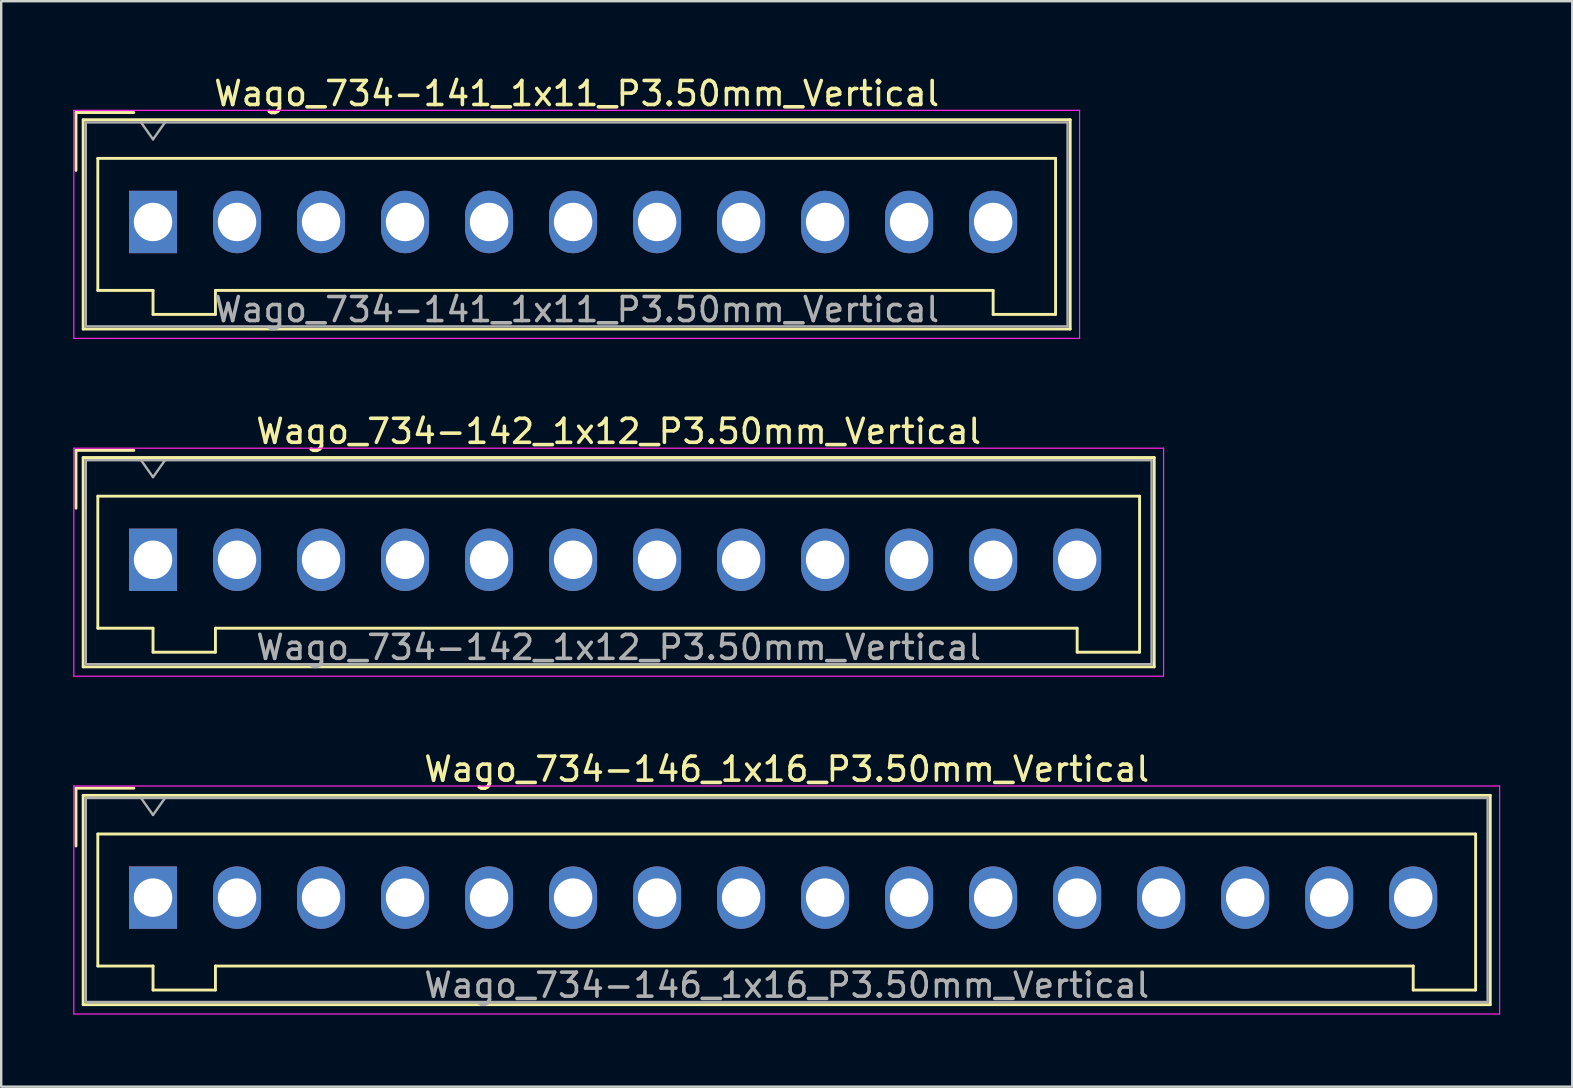
<source format=kicad_pcb>
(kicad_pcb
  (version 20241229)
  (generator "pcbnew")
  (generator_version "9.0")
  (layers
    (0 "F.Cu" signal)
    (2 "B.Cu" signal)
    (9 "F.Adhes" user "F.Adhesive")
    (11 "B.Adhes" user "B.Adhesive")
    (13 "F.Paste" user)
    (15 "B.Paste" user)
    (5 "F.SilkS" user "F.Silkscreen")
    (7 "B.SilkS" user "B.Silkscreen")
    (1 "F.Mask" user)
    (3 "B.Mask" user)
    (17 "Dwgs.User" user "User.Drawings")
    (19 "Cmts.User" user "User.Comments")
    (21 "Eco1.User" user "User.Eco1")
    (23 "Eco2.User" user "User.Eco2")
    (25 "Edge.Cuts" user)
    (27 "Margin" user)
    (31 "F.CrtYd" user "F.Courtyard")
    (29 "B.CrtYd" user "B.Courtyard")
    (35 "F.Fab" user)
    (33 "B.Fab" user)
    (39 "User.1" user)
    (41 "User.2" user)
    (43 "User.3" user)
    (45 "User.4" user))
  (footprint "Wago_734-142_1x12_P3.50mm_Vertical"
    (layer "F.Cu")
    (at 3.325 20.271)
    (property "Reference" "Wago_734-142_1x12_P3.50mm_Vertical" (at 19.4 -5.35 0) (layer "F.SilkS") (effects (font (size 1 1) (thickness 0.15))))
    (attr through_hole)
    (fp_line (start -3.21 -4.56) (end -0.8 -4.56) (stroke (width 0.12) (type solid)) (layer "F.SilkS"))
    (fp_line (start -3.21 -2.15) (end -3.21 -4.56) (stroke (width 0.12) (type solid)) (layer "F.SilkS"))
    (fp_line (start -2.91 -4.26) (end -2.91 4.46) (stroke (width 0.12) (type solid)) (layer "F.SilkS"))
    (fp_line (start -2.91 4.46) (end 41.71 4.46) (stroke (width 0.12) (type solid)) (layer "F.SilkS"))
    (fp_line (start -2.3 -2.65) (end -2.3 2.85) (stroke (width 0.12) (type solid)) (layer "F.SilkS"))
    (fp_line (start -2.3 2.85) (end 0 2.85) (stroke (width 0.12) (type solid)) (layer "F.SilkS"))
    (fp_line (start 0 2.85) (end 0 3.85) (stroke (width 0.12) (type solid)) (layer "F.SilkS"))
    (fp_line (start 0 3.85) (end 2.6 3.85) (stroke (width 0.12) (type solid)) (layer "F.SilkS"))
    (fp_line (start 2.6 2.85) (end 38.5 2.85) (stroke (width 0.12) (type solid)) (layer "F.SilkS"))
    (fp_line (start 2.6 3.85) (end 2.6 2.85) (stroke (width 0.12) (type solid)) (layer "F.SilkS"))
    (fp_line (start 38.5 2.85) (end 38.5 3.85) (stroke (width 0.12) (type solid)) (layer "F.SilkS"))
    (fp_line (start 38.5 3.85) (end 41.1 3.85) (stroke (width 0.12) (type solid)) (layer "F.SilkS"))
    (fp_line (start 41.1 -2.65) (end -2.3 -2.65) (stroke (width 0.12) (type solid)) (layer "F.SilkS"))
    (fp_line (start 41.1 3.85) (end 41.1 -2.65) (stroke (width 0.12) (type solid)) (layer "F.SilkS"))
    (fp_line (start 41.71 -4.26) (end -2.91 -4.26) (stroke (width 0.12) (type solid)) (layer "F.SilkS"))
    (fp_line (start 41.71 4.46) (end 41.71 -4.26) (stroke (width 0.12) (type solid)) (layer "F.SilkS"))
    (fp_line (start -3.3 -4.65) (end -3.3 4.85) (stroke (width 0.05) (type solid)) (layer "F.CrtYd"))
    (fp_line (start -3.3 4.85) (end 42.1 4.85) (stroke (width 0.05) (type solid)) (layer "F.CrtYd"))
    (fp_line (start 42.1 -4.65) (end -3.3 -4.65) (stroke (width 0.05) (type solid)) (layer "F.CrtYd"))
    (fp_line (start 42.1 4.85) (end 42.1 -4.65) (stroke (width 0.05) (type solid)) (layer "F.CrtYd"))
    (fp_line (start -2.8 -4.15) (end -2.8 4.35) (stroke (width 0.1) (type solid)) (layer "F.Fab"))
    (fp_line (start -2.8 4.35) (end 41.6 4.35) (stroke (width 0.1) (type solid)) (layer "F.Fab"))
    (fp_line (start -0.5 -4.15) (end 0 -3.443) (stroke (width 0.1) (type solid)) (layer "F.Fab"))
    (fp_line (start 0 -3.443) (end 0.5 -4.15) (stroke (width 0.1) (type solid)) (layer "F.Fab"))
    (fp_line (start 41.6 -4.15) (end -2.8 -4.15) (stroke (width 0.1) (type solid)) (layer "F.Fab"))
    (fp_line (start 41.6 4.35) (end 41.6 -4.15) (stroke (width 0.1) (type solid)) (layer "F.Fab"))
    (fp_text user "${REFERENCE}" (at 19.4 3.65 0) (layer "F.Fab") (effects (font (size 1 1) (thickness 0.15))))
    (pad "1" thru_hole rect (at 0 0) (size 2 2.6) (drill 1.6) (layers "*.Cu" "*.Mask"))
    (pad "2" thru_hole oval (at 3.5 0) (size 2 2.6) (drill 1.6) (layers "*.Cu" "*.Mask"))
    (pad "3" thru_hole oval (at 7 0) (size 2 2.6) (drill 1.6) (layers "*.Cu" "*.Mask"))
    (pad "4" thru_hole oval (at 10.5 0) (size 2 2.6) (drill 1.6) (layers "*.Cu" "*.Mask"))
    (pad "5" thru_hole oval (at 14 0) (size 2 2.6) (drill 1.6) (layers "*.Cu" "*.Mask"))
    (pad "6" thru_hole oval (at 17.5 0) (size 2 2.6) (drill 1.6) (layers "*.Cu" "*.Mask"))
    (pad "7" thru_hole oval (at 21 0) (size 2 2.6) (drill 1.6) (layers "*.Cu" "*.Mask"))
    (pad "8" thru_hole oval (at 24.5 0) (size 2 2.6) (drill 1.6) (layers "*.Cu" "*.Mask"))
    (pad "9" thru_hole oval (at 28 0) (size 2 2.6) (drill 1.6) (layers "*.Cu" "*.Mask"))
    (pad "10" thru_hole oval (at 31.5 0) (size 2 2.6) (drill 1.6) (layers "*.Cu" "*.Mask"))
    (pad "11" thru_hole oval (at 35 0) (size 2 2.6) (drill 1.6) (layers "*.Cu" "*.Mask"))
    (pad "12" thru_hole oval (at 38.5 0) (size 2 2.6) (drill 1.6) (layers "*.Cu" "*.Mask")))
  (footprint "Wago_734-146_1x16_P3.50mm_Vertical"
    (layer "F.Cu")
    (at 3.325 34.345)
    (property "Reference" "Wago_734-146_1x16_P3.50mm_Vertical" (at 26.4 -5.35 0) (layer "F.SilkS") (effects (font (size 1 1) (thickness 0.15))))
    (attr through_hole)
    (fp_line (start -3.21 -4.56) (end -0.8 -4.56) (stroke (width 0.12) (type solid)) (layer "F.SilkS"))
    (fp_line (start -3.21 -2.15) (end -3.21 -4.56) (stroke (width 0.12) (type solid)) (layer "F.SilkS"))
    (fp_line (start -2.91 -4.26) (end -2.91 4.46) (stroke (width 0.12) (type solid)) (layer "F.SilkS"))
    (fp_line (start -2.91 4.46) (end 55.71 4.46) (stroke (width 0.12) (type solid)) (layer "F.SilkS"))
    (fp_line (start -2.3 -2.65) (end -2.3 2.85) (stroke (width 0.12) (type solid)) (layer "F.SilkS"))
    (fp_line (start -2.3 2.85) (end 0 2.85) (stroke (width 0.12) (type solid)) (layer "F.SilkS"))
    (fp_line (start 0 2.85) (end 0 3.85) (stroke (width 0.12) (type solid)) (layer "F.SilkS"))
    (fp_line (start 0 3.85) (end 2.6 3.85) (stroke (width 0.12) (type solid)) (layer "F.SilkS"))
    (fp_line (start 2.6 2.85) (end 52.5 2.85) (stroke (width 0.12) (type solid)) (layer "F.SilkS"))
    (fp_line (start 2.6 3.85) (end 2.6 2.85) (stroke (width 0.12) (type solid)) (layer "F.SilkS"))
    (fp_line (start 52.5 2.85) (end 52.5 3.85) (stroke (width 0.12) (type solid)) (layer "F.SilkS"))
    (fp_line (start 52.5 3.85) (end 55.1 3.85) (stroke (width 0.12) (type solid)) (layer "F.SilkS"))
    (fp_line (start 55.1 -2.65) (end -2.3 -2.65) (stroke (width 0.12) (type solid)) (layer "F.SilkS"))
    (fp_line (start 55.1 3.85) (end 55.1 -2.65) (stroke (width 0.12) (type solid)) (layer "F.SilkS"))
    (fp_line (start 55.71 -4.26) (end -2.91 -4.26) (stroke (width 0.12) (type solid)) (layer "F.SilkS"))
    (fp_line (start 55.71 4.46) (end 55.71 -4.26) (stroke (width 0.12) (type solid)) (layer "F.SilkS"))
    (fp_line (start -3.3 -4.65) (end -3.3 4.85) (stroke (width 0.05) (type solid)) (layer "F.CrtYd"))
    (fp_line (start -3.3 4.85) (end 56.1 4.85) (stroke (width 0.05) (type solid)) (layer "F.CrtYd"))
    (fp_line (start 56.1 -4.65) (end -3.3 -4.65) (stroke (width 0.05) (type solid)) (layer "F.CrtYd"))
    (fp_line (start 56.1 4.85) (end 56.1 -4.65) (stroke (width 0.05) (type solid)) (layer "F.CrtYd"))
    (fp_line (start -2.8 -4.15) (end -2.8 4.35) (stroke (width 0.1) (type solid)) (layer "F.Fab"))
    (fp_line (start -2.8 4.35) (end 55.6 4.35) (stroke (width 0.1) (type solid)) (layer "F.Fab"))
    (fp_line (start -0.5 -4.15) (end 0 -3.443) (stroke (width 0.1) (type solid)) (layer "F.Fab"))
    (fp_line (start 0 -3.443) (end 0.5 -4.15) (stroke (width 0.1) (type solid)) (layer "F.Fab"))
    (fp_line (start 55.6 -4.15) (end -2.8 -4.15) (stroke (width 0.1) (type solid)) (layer "F.Fab"))
    (fp_line (start 55.6 4.35) (end 55.6 -4.15) (stroke (width 0.1) (type solid)) (layer "F.Fab"))
    (fp_text user "${REFERENCE}" (at 26.4 3.65 0) (layer "F.Fab") (effects (font (size 1 1) (thickness 0.15))))
    (pad "1" thru_hole rect (at 0 0) (size 2 2.6) (drill 1.6) (layers "*.Cu" "*.Mask"))
    (pad "2" thru_hole oval (at 3.5 0) (size 2 2.6) (drill 1.6) (layers "*.Cu" "*.Mask"))
    (pad "3" thru_hole oval (at 7 0) (size 2 2.6) (drill 1.6) (layers "*.Cu" "*.Mask"))
    (pad "4" thru_hole oval (at 10.5 0) (size 2 2.6) (drill 1.6) (layers "*.Cu" "*.Mask"))
    (pad "5" thru_hole oval (at 14 0) (size 2 2.6) (drill 1.6) (layers "*.Cu" "*.Mask"))
    (pad "6" thru_hole oval (at 17.5 0) (size 2 2.6) (drill 1.6) (layers "*.Cu" "*.Mask"))
    (pad "7" thru_hole oval (at 21 0) (size 2 2.6) (drill 1.6) (layers "*.Cu" "*.Mask"))
    (pad "8" thru_hole oval (at 24.5 0) (size 2 2.6) (drill 1.6) (layers "*.Cu" "*.Mask"))
    (pad "9" thru_hole oval (at 28 0) (size 2 2.6) (drill 1.6) (layers "*.Cu" "*.Mask"))
    (pad "10" thru_hole oval (at 31.5 0) (size 2 2.6) (drill 1.6) (layers "*.Cu" "*.Mask"))
    (pad "11" thru_hole oval (at 35 0) (size 2 2.6) (drill 1.6) (layers "*.Cu" "*.Mask"))
    (pad "12" thru_hole oval (at 38.5 0) (size 2 2.6) (drill 1.6) (layers "*.Cu" "*.Mask"))
    (pad "13" thru_hole oval (at 42 0) (size 2 2.6) (drill 1.6) (layers "*.Cu" "*.Mask"))
    (pad "14" thru_hole oval (at 45.5 0) (size 2 2.6) (drill 1.6) (layers "*.Cu" "*.Mask"))
    (pad "15" thru_hole oval (at 49 0) (size 2 2.6) (drill 1.6) (layers "*.Cu" "*.Mask"))
    (pad "16" thru_hole oval (at 52.5 0) (size 2 2.6) (drill 1.6) (layers "*.Cu" "*.Mask")))
  (footprint "Wago_734-141_1x11_P3.50mm_Vertical"
    (layer "F.Cu")
    (at 3.325 6.198)
    (property "Reference" "Wago_734-141_1x11_P3.50mm_Vertical" (at 17.65 -5.35 0) (layer "F.SilkS") (effects (font (size 1 1) (thickness 0.15))))
    (attr through_hole)
    (fp_line (start -3.21 -4.56) (end -0.8 -4.56) (stroke (width 0.12) (type solid)) (layer "F.SilkS"))
    (fp_line (start -3.21 -2.15) (end -3.21 -4.56) (stroke (width 0.12) (type solid)) (layer "F.SilkS"))
    (fp_line (start -2.91 -4.26) (end -2.91 4.46) (stroke (width 0.12) (type solid)) (layer "F.SilkS"))
    (fp_line (start -2.91 4.46) (end 38.21 4.46) (stroke (width 0.12) (type solid)) (layer "F.SilkS"))
    (fp_line (start -2.3 -2.65) (end -2.3 2.85) (stroke (width 0.12) (type solid)) (layer "F.SilkS"))
    (fp_line (start -2.3 2.85) (end 0 2.85) (stroke (width 0.12) (type solid)) (layer "F.SilkS"))
    (fp_line (start 0 2.85) (end 0 3.85) (stroke (width 0.12) (type solid)) (layer "F.SilkS"))
    (fp_line (start 0 3.85) (end 2.6 3.85) (stroke (width 0.12) (type solid)) (layer "F.SilkS"))
    (fp_line (start 2.6 2.85) (end 35 2.85) (stroke (width 0.12) (type solid)) (layer "F.SilkS"))
    (fp_line (start 2.6 3.85) (end 2.6 2.85) (stroke (width 0.12) (type solid)) (layer "F.SilkS"))
    (fp_line (start 35 2.85) (end 35 3.85) (stroke (width 0.12) (type solid)) (layer "F.SilkS"))
    (fp_line (start 35 3.85) (end 37.6 3.85) (stroke (width 0.12) (type solid)) (layer "F.SilkS"))
    (fp_line (start 37.6 -2.65) (end -2.3 -2.65) (stroke (width 0.12) (type solid)) (layer "F.SilkS"))
    (fp_line (start 37.6 3.85) (end 37.6 -2.65) (stroke (width 0.12) (type solid)) (layer "F.SilkS"))
    (fp_line (start 38.21 -4.26) (end -2.91 -4.26) (stroke (width 0.12) (type solid)) (layer "F.SilkS"))
    (fp_line (start 38.21 4.46) (end 38.21 -4.26) (stroke (width 0.12) (type solid)) (layer "F.SilkS"))
    (fp_line (start -3.3 -4.65) (end -3.3 4.85) (stroke (width 0.05) (type solid)) (layer "F.CrtYd"))
    (fp_line (start -3.3 4.85) (end 38.6 4.85) (stroke (width 0.05) (type solid)) (layer "F.CrtYd"))
    (fp_line (start 38.6 -4.65) (end -3.3 -4.65) (stroke (width 0.05) (type solid)) (layer "F.CrtYd"))
    (fp_line (start 38.6 4.85) (end 38.6 -4.65) (stroke (width 0.05) (type solid)) (layer "F.CrtYd"))
    (fp_line (start -2.8 -4.15) (end -2.8 4.35) (stroke (width 0.1) (type solid)) (layer "F.Fab"))
    (fp_line (start -2.8 4.35) (end 38.1 4.35) (stroke (width 0.1) (type solid)) (layer "F.Fab"))
    (fp_line (start -0.5 -4.15) (end 0 -3.443) (stroke (width 0.1) (type solid)) (layer "F.Fab"))
    (fp_line (start 0 -3.443) (end 0.5 -4.15) (stroke (width 0.1) (type solid)) (layer "F.Fab"))
    (fp_line (start 38.1 -4.15) (end -2.8 -4.15) (stroke (width 0.1) (type solid)) (layer "F.Fab"))
    (fp_line (start 38.1 4.35) (end 38.1 -4.15) (stroke (width 0.1) (type solid)) (layer "F.Fab"))
    (fp_text user "${REFERENCE}" (at 17.65 3.65 0) (layer "F.Fab") (effects (font (size 1 1) (thickness 0.15))))
    (pad "1" thru_hole rect (at 0 0) (size 2 2.6) (drill 1.6) (layers "*.Cu" "*.Mask"))
    (pad "2" thru_hole oval (at 3.5 0) (size 2 2.6) (drill 1.6) (layers "*.Cu" "*.Mask"))
    (pad "3" thru_hole oval (at 7 0) (size 2 2.6) (drill 1.6) (layers "*.Cu" "*.Mask"))
    (pad "4" thru_hole oval (at 10.5 0) (size 2 2.6) (drill 1.6) (layers "*.Cu" "*.Mask"))
    (pad "5" thru_hole oval (at 14 0) (size 2 2.6) (drill 1.6) (layers "*.Cu" "*.Mask"))
    (pad "6" thru_hole oval (at 17.5 0) (size 2 2.6) (drill 1.6) (layers "*.Cu" "*.Mask"))
    (pad "7" thru_hole oval (at 21 0) (size 2 2.6) (drill 1.6) (layers "*.Cu" "*.Mask"))
    (pad "8" thru_hole oval (at 24.5 0) (size 2 2.6) (drill 1.6) (layers "*.Cu" "*.Mask"))
    (pad "9" thru_hole oval (at 28 0) (size 2 2.6) (drill 1.6) (layers "*.Cu" "*.Mask"))
    (pad "10" thru_hole oval (at 31.5 0) (size 2 2.6) (drill 1.6) (layers "*.Cu" "*.Mask"))
    (pad "11" thru_hole oval (at 35 0) (size 2 2.6) (drill 1.6) (layers "*.Cu" "*.Mask")))
  (gr_rect
    (start -3 -3)
    (end 62.45 42.22)
    (stroke (width 0.1) (type default))
    (fill no)
    (layer "Edge.Cuts")))
</source>
